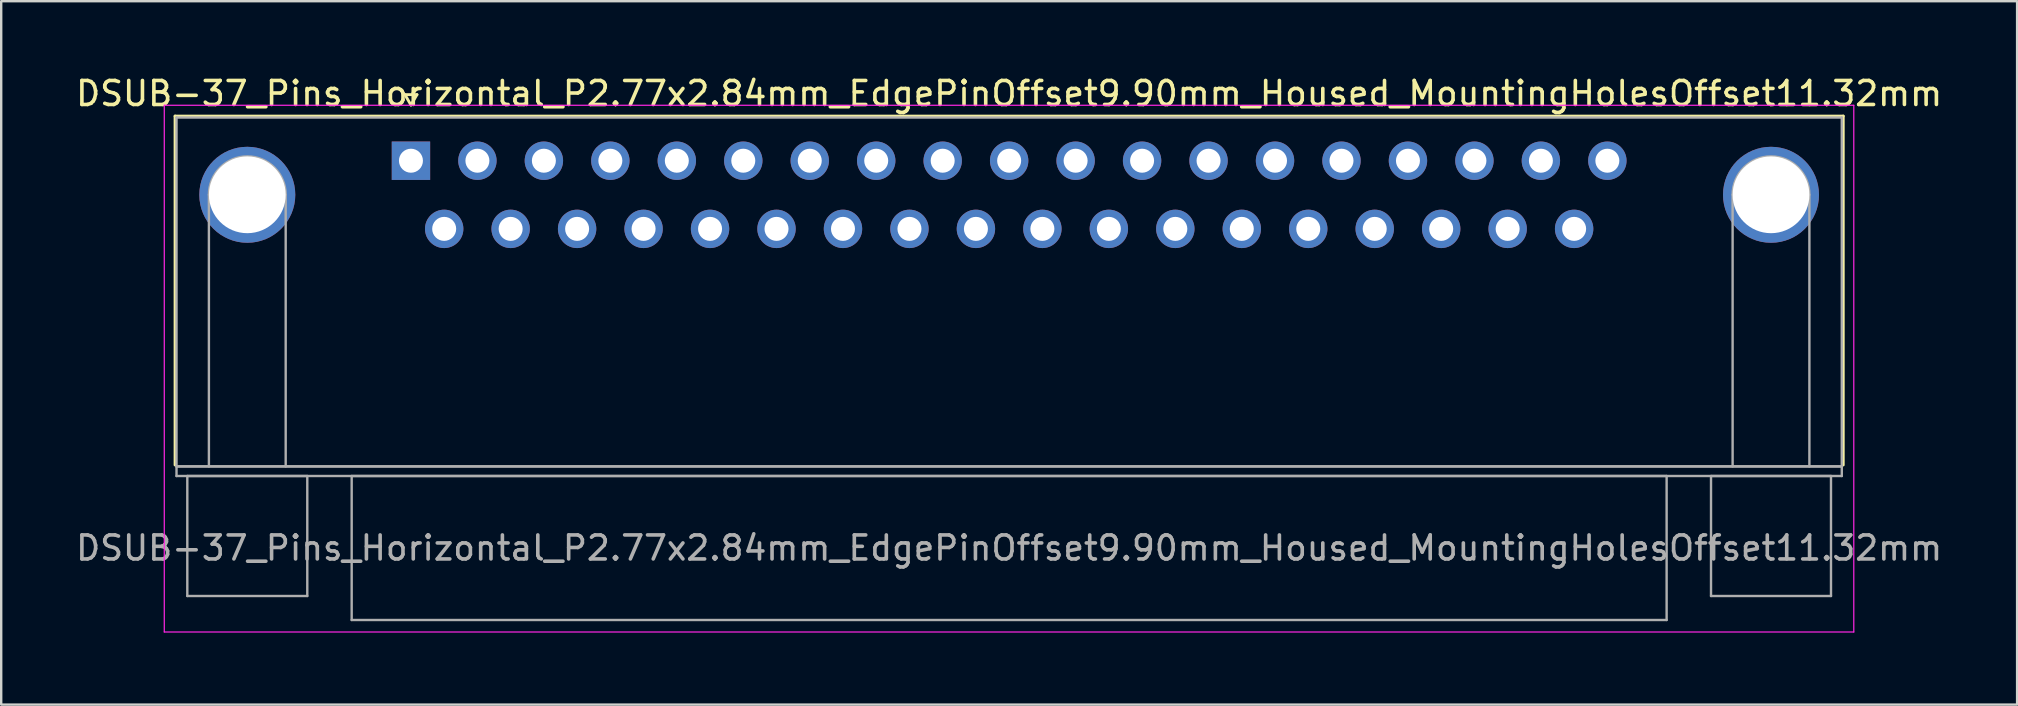
<source format=kicad_pcb>
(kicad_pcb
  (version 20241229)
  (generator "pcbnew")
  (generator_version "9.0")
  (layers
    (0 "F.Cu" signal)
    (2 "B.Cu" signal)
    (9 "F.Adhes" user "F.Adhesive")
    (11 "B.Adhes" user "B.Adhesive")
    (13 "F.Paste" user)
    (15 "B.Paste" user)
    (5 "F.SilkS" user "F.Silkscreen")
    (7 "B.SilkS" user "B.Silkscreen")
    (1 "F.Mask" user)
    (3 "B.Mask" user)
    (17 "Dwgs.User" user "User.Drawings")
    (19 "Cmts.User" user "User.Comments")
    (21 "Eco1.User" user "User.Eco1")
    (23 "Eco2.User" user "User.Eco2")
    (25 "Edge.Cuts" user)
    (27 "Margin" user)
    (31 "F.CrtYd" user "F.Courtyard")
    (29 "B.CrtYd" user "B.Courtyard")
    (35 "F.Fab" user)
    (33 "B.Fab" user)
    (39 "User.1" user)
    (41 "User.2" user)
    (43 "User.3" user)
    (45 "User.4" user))
  (footprint "DSUB-37_Pins_Horizontal_P2.77x2.84mm_EdgePinOffset9.90mm_Housed_MountingHolesOffset11.32mm"
    (layer "F.Cu")
    (at 14.076 3.648)
    (property "Reference" "DSUB-37_Pins_Horizontal_P2.77x2.84mm_EdgePinOffset9.90mm_Housed_MountingHolesOffset11.32mm" (at 24.93 -2.8 0) (layer "F.SilkS") (effects (font (size 1 1) (thickness 0.15))))
    (attr through_hole)
    (fp_line (start -9.83 -1.86) (end 59.69 -1.86) (stroke (width 0.12) (type solid)) (layer "F.SilkS"))
    (fp_line (start -9.83 12.68) (end -9.83 -1.86) (stroke (width 0.12) (type solid)) (layer "F.SilkS"))
    (fp_line (start -0.25 -2.754) (end 0.25 -2.754) (stroke (width 0.12) (type solid)) (layer "F.SilkS"))
    (fp_line (start 0 -2.321) (end -0.25 -2.754) (stroke (width 0.12) (type solid)) (layer "F.SilkS"))
    (fp_line (start 0.25 -2.754) (end 0 -2.321) (stroke (width 0.12) (type solid)) (layer "F.SilkS"))
    (fp_line (start 59.69 -1.86) (end 59.69 12.68) (stroke (width 0.12) (type solid)) (layer "F.SilkS"))
    (fp_line (start -10.28 -2.31) (end -10.28 19.64) (stroke (width 0.05) (type solid)) (layer "F.CrtYd"))
    (fp_line (start -10.28 19.64) (end 60.13 19.64) (stroke (width 0.05) (type solid)) (layer "F.CrtYd"))
    (fp_line (start 60.13 -2.31) (end -10.28 -2.31) (stroke (width 0.05) (type solid)) (layer "F.CrtYd"))
    (fp_line (start 60.13 19.64) (end 60.13 -2.31) (stroke (width 0.05) (type solid)) (layer "F.CrtYd"))
    (fp_line (start -9.77 -1.8) (end -9.77 12.74) (stroke (width 0.1) (type solid)) (layer "F.Fab"))
    (fp_line (start -9.77 12.74) (end -9.77 13.14) (stroke (width 0.1) (type solid)) (layer "F.Fab"))
    (fp_line (start -9.77 12.74) (end 59.63 12.74) (stroke (width 0.1) (type solid)) (layer "F.Fab"))
    (fp_line (start -9.77 13.14) (end 59.63 13.14) (stroke (width 0.1) (type solid)) (layer "F.Fab"))
    (fp_line (start -9.32 13.14) (end -9.32 18.14) (stroke (width 0.1) (type solid)) (layer "F.Fab"))
    (fp_line (start -9.32 18.14) (end -4.32 18.14) (stroke (width 0.1) (type solid)) (layer "F.Fab"))
    (fp_line (start -8.42 12.74) (end -8.42 1.42) (stroke (width 0.1) (type solid)) (layer "F.Fab"))
    (fp_line (start -5.22 12.74) (end -5.22 1.42) (stroke (width 0.1) (type solid)) (layer "F.Fab"))
    (fp_line (start -4.32 13.14) (end -9.32 13.14) (stroke (width 0.1) (type solid)) (layer "F.Fab"))
    (fp_line (start -4.32 18.14) (end -4.32 13.14) (stroke (width 0.1) (type solid)) (layer "F.Fab"))
    (fp_line (start -2.47 13.14) (end -2.47 19.14) (stroke (width 0.1) (type solid)) (layer "F.Fab"))
    (fp_line (start -2.47 19.14) (end 52.33 19.14) (stroke (width 0.1) (type solid)) (layer "F.Fab"))
    (fp_line (start 52.33 13.14) (end -2.47 13.14) (stroke (width 0.1) (type solid)) (layer "F.Fab"))
    (fp_line (start 52.33 19.14) (end 52.33 13.14) (stroke (width 0.1) (type solid)) (layer "F.Fab"))
    (fp_line (start 54.18 13.14) (end 54.18 18.14) (stroke (width 0.1) (type solid)) (layer "F.Fab"))
    (fp_line (start 54.18 18.14) (end 59.18 18.14) (stroke (width 0.1) (type solid)) (layer "F.Fab"))
    (fp_line (start 55.08 12.74) (end 55.08 1.42) (stroke (width 0.1) (type solid)) (layer "F.Fab"))
    (fp_line (start 58.28 12.74) (end 58.28 1.42) (stroke (width 0.1) (type solid)) (layer "F.Fab"))
    (fp_line (start 59.18 13.14) (end 54.18 13.14) (stroke (width 0.1) (type solid)) (layer "F.Fab"))
    (fp_line (start 59.18 18.14) (end 59.18 13.14) (stroke (width 0.1) (type solid)) (layer "F.Fab"))
    (fp_line (start 59.63 -1.8) (end -9.77 -1.8) (stroke (width 0.1) (type solid)) (layer "F.Fab"))
    (fp_line (start 59.63 12.74) (end -9.77 12.74) (stroke (width 0.1) (type solid)) (layer "F.Fab"))
    (fp_line (start 59.63 12.74) (end 59.63 -1.8) (stroke (width 0.1) (type solid)) (layer "F.Fab"))
    (fp_line (start 59.63 13.14) (end 59.63 12.74) (stroke (width 0.1) (type solid)) (layer "F.Fab"))
    (fp_arc (start -8.42 1.42) (mid -6.82 -0.18) (end -5.22 1.42) (stroke (width 0.1) (type solid)) (layer "F.Fab"))
    (fp_arc (start 55.08 1.42) (mid 56.68 -0.18) (end 58.28 1.42) (stroke (width 0.1) (type solid)) (layer "F.Fab"))
    (fp_text user "${REFERENCE}" (at 24.93 16.14 0) (layer "F.Fab") (effects (font (size 1 1) (thickness 0.15))))
    (pad "0" thru_hole circle (at -6.82 1.42) (size 4 4) (drill 3.2) (layers "*.Cu" "*.Mask"))
    (pad "0" thru_hole circle (at 56.68 1.42) (size 4 4) (drill 3.2) (layers "*.Cu" "*.Mask"))
    (pad "1" thru_hole rect (at 0 0) (size 1.6 1.6) (drill 1) (layers "*.Cu" "*.Mask"))
    (pad "2" thru_hole circle (at 2.77 0) (size 1.6 1.6) (drill 1) (layers "*.Cu" "*.Mask"))
    (pad "3" thru_hole circle (at 5.54 0) (size 1.6 1.6) (drill 1) (layers "*.Cu" "*.Mask"))
    (pad "4" thru_hole circle (at 8.31 0) (size 1.6 1.6) (drill 1) (layers "*.Cu" "*.Mask"))
    (pad "5" thru_hole circle (at 11.08 0) (size 1.6 1.6) (drill 1) (layers "*.Cu" "*.Mask"))
    (pad "6" thru_hole circle (at 13.85 0) (size 1.6 1.6) (drill 1) (layers "*.Cu" "*.Mask"))
    (pad "7" thru_hole circle (at 16.62 0) (size 1.6 1.6) (drill 1) (layers "*.Cu" "*.Mask"))
    (pad "8" thru_hole circle (at 19.39 0) (size 1.6 1.6) (drill 1) (layers "*.Cu" "*.Mask"))
    (pad "9" thru_hole circle (at 22.16 0) (size 1.6 1.6) (drill 1) (layers "*.Cu" "*.Mask"))
    (pad "10" thru_hole circle (at 24.93 0) (size 1.6 1.6) (drill 1) (layers "*.Cu" "*.Mask"))
    (pad "11" thru_hole circle (at 27.7 0) (size 1.6 1.6) (drill 1) (layers "*.Cu" "*.Mask"))
    (pad "12" thru_hole circle (at 30.47 0) (size 1.6 1.6) (drill 1) (layers "*.Cu" "*.Mask"))
    (pad "13" thru_hole circle (at 33.24 0) (size 1.6 1.6) (drill 1) (layers "*.Cu" "*.Mask"))
    (pad "14" thru_hole circle (at 36.01 0) (size 1.6 1.6) (drill 1) (layers "*.Cu" "*.Mask"))
    (pad "15" thru_hole circle (at 38.78 0) (size 1.6 1.6) (drill 1) (layers "*.Cu" "*.Mask"))
    (pad "16" thru_hole circle (at 41.55 0) (size 1.6 1.6) (drill 1) (layers "*.Cu" "*.Mask"))
    (pad "17" thru_hole circle (at 44.32 0) (size 1.6 1.6) (drill 1) (layers "*.Cu" "*.Mask"))
    (pad "18" thru_hole circle (at 47.09 0) (size 1.6 1.6) (drill 1) (layers "*.Cu" "*.Mask"))
    (pad "19" thru_hole circle (at 49.86 0) (size 1.6 1.6) (drill 1) (layers "*.Cu" "*.Mask"))
    (pad "20" thru_hole circle (at 1.385 2.84) (size 1.6 1.6) (drill 1) (layers "*.Cu" "*.Mask"))
    (pad "21" thru_hole circle (at 4.155 2.84) (size 1.6 1.6) (drill 1) (layers "*.Cu" "*.Mask"))
    (pad "22" thru_hole circle (at 6.925 2.84) (size 1.6 1.6) (drill 1) (layers "*.Cu" "*.Mask"))
    (pad "23" thru_hole circle (at 9.695 2.84) (size 1.6 1.6) (drill 1) (layers "*.Cu" "*.Mask"))
    (pad "24" thru_hole circle (at 12.465 2.84) (size 1.6 1.6) (drill 1) (layers "*.Cu" "*.Mask"))
    (pad "25" thru_hole circle (at 15.235 2.84) (size 1.6 1.6) (drill 1) (layers "*.Cu" "*.Mask"))
    (pad "26" thru_hole circle (at 18.005 2.84) (size 1.6 1.6) (drill 1) (layers "*.Cu" "*.Mask"))
    (pad "27" thru_hole circle (at 20.775 2.84) (size 1.6 1.6) (drill 1) (layers "*.Cu" "*.Mask"))
    (pad "28" thru_hole circle (at 23.545 2.84) (size 1.6 1.6) (drill 1) (layers "*.Cu" "*.Mask"))
    (pad "29" thru_hole circle (at 26.315 2.84) (size 1.6 1.6) (drill 1) (layers "*.Cu" "*.Mask"))
    (pad "30" thru_hole circle (at 29.085 2.84) (size 1.6 1.6) (drill 1) (layers "*.Cu" "*.Mask"))
    (pad "31" thru_hole circle (at 31.855 2.84) (size 1.6 1.6) (drill 1) (layers "*.Cu" "*.Mask"))
    (pad "32" thru_hole circle (at 34.625 2.84) (size 1.6 1.6) (drill 1) (layers "*.Cu" "*.Mask"))
    (pad "33" thru_hole circle (at 37.395 2.84) (size 1.6 1.6) (drill 1) (layers "*.Cu" "*.Mask"))
    (pad "34" thru_hole circle (at 40.165 2.84) (size 1.6 1.6) (drill 1) (layers "*.Cu" "*.Mask"))
    (pad "35" thru_hole circle (at 42.935 2.84) (size 1.6 1.6) (drill 1) (layers "*.Cu" "*.Mask"))
    (pad "36" thru_hole circle (at 45.705 2.84) (size 1.6 1.6) (drill 1) (layers "*.Cu" "*.Mask"))
    (pad "37" thru_hole circle (at 48.475 2.84) (size 1.6 1.6) (drill 1) (layers "*.Cu" "*.Mask")))
  (gr_rect
    (start -3 -3)
    (end 81.012 26.313)
    (stroke (width 0.1) (type default))
    (fill no)
    (layer "Edge.Cuts")))
</source>
